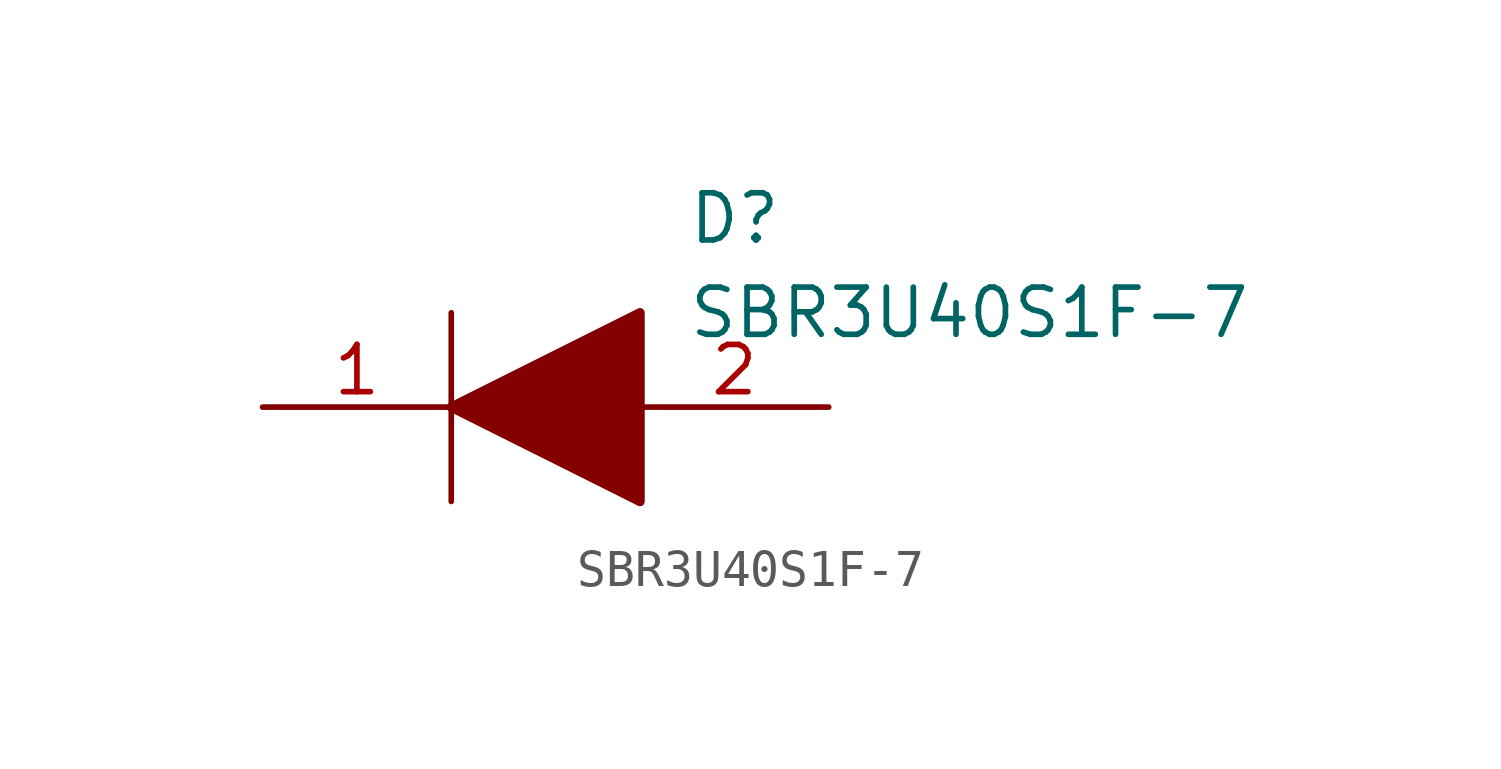
<source format=kicad_sym>
(kicad_symbol_lib
  (version 20220914)
  (generator kicad_symbol_editor)
  (symbol "SBR3U40S1F-7"
    (pin_names
      (offset 0.762))
    (property "Reference" "D"
      (at 11.43 5.08 0)
      (effects (font (size 1.27 1.27)) (justify left)))
    (property "Value" "SBR3U40S1F-7"
      (at 11.43 2.54 0)
      (effects (font (size 1.27 1.27)) (justify left)))
    (symbol "SBR3U40S1F-7_0_0"
      (pin passive line (at 0 0 0) (length 5.08) (name "~" (effects (font (size 1.27 1.27)))) (number "1" (effects (font (size 1.27 1.27)))))
      (pin passive line (at 15.24 0 180) (length 5.08) (name "~" (effects (font (size 1.27 1.27)))) (number "2" (effects (font (size 1.27 1.27))))))
    (symbol "SBR3U40S1F-7_0_1"
      (polyline (pts (xy 5.08 2.54) (xy 5.08 -2.54)) (stroke (width 0.152) (type solid)) (fill (type none)))
      (polyline (pts (xy 5.08 0) (xy 10.16 2.54) (xy 10.16 -2.54) (xy 5.08 0)) (stroke (width 0.254) (type solid)) (fill (type outline))))))
</source>
